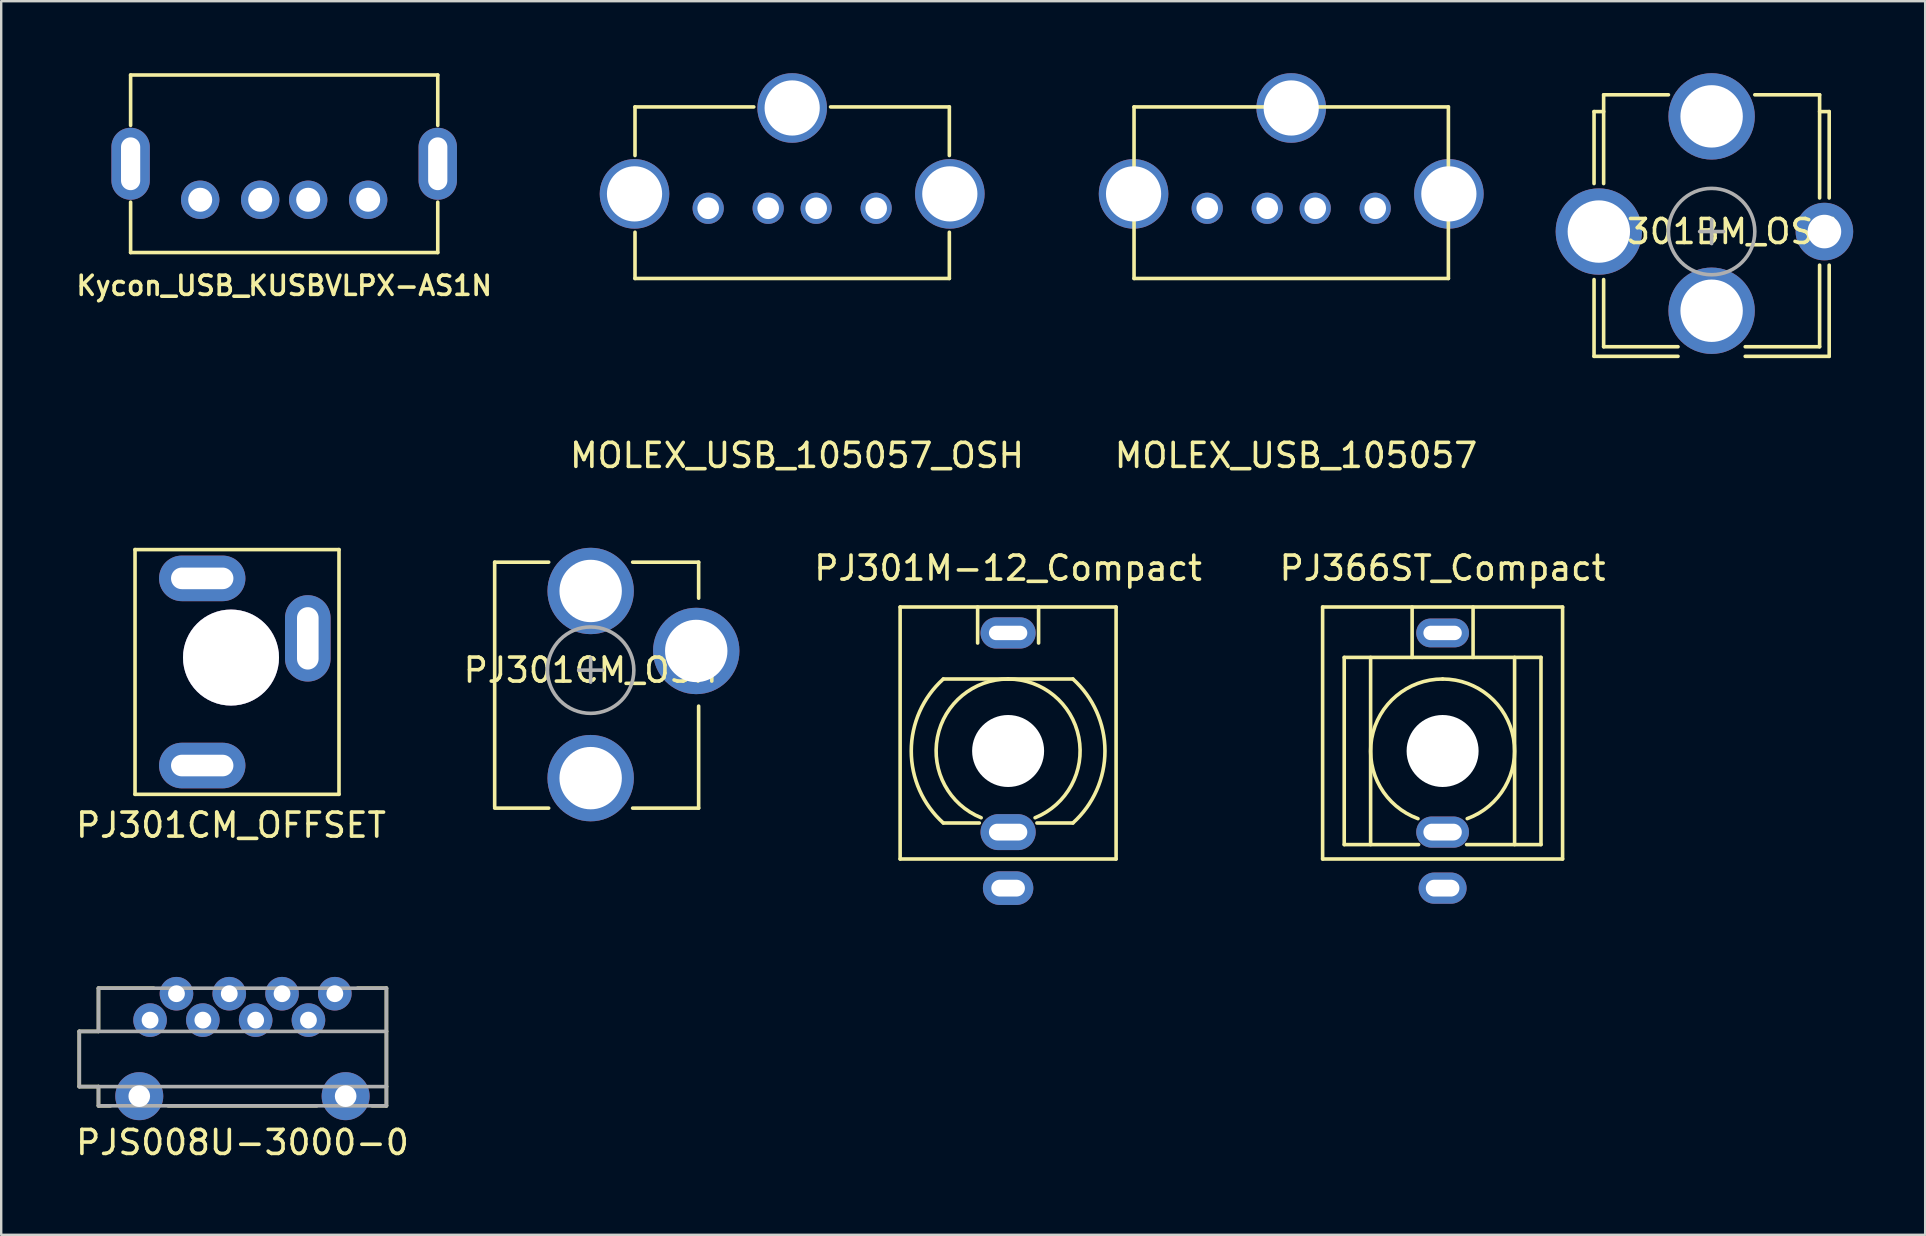
<source format=kicad_pcb>
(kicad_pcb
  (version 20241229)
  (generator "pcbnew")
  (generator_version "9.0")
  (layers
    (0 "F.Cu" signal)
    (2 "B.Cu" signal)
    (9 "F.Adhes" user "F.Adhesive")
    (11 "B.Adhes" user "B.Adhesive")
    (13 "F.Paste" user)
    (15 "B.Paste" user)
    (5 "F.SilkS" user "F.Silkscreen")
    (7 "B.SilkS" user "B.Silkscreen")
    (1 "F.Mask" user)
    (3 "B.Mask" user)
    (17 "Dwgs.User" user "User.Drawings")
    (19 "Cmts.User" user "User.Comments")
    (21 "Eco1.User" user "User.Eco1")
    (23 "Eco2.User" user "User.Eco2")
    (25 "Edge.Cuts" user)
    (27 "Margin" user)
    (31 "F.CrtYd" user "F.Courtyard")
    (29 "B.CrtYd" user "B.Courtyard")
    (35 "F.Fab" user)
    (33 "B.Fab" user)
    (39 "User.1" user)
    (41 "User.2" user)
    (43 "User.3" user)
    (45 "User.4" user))
  (footprint "PJ301CM_OSH"
    (layer "F.Cu")
    (at 21.565 24.878)
    (property "Reference" "PJ301CM_OSH" (at 0 0 0) (layer "F.SilkS") (effects (font (size 1 1) (thickness 0.15))))
    (attr through_hole)
    (fp_line (start -4 -4.5) (end -4 5.7) (stroke (width 0.15) (type solid)) (layer "F.SilkS"))
    (fp_line (start -4 -4.5) (end -1.75 -4.5) (stroke (width 0.15) (type solid)) (layer "F.SilkS"))
    (fp_line (start -4 5.75) (end -1.75 5.75) (stroke (width 0.15) (type solid)) (layer "F.SilkS"))
    (fp_line (start 1.75 -4.5) (end 4.5 -4.5) (stroke (width 0.15) (type solid)) (layer "F.SilkS"))
    (fp_line (start 1.75 5.75) (end 4.5 5.75) (stroke (width 0.15) (type solid)) (layer "F.SilkS"))
    (fp_line (start 4.5 -4.5) (end 4.5 -3) (stroke (width 0.15) (type solid)) (layer "F.SilkS"))
    (fp_line (start 4.5 1.5) (end 4.5 5.75) (stroke (width 0.15) (type solid)) (layer "F.SilkS"))
    (fp_line (start -0.5 0) (end 0.5 0) (stroke (width 0.15) (type solid)) (layer "F.Fab"))
    (fp_line (start 0 -0.5) (end 0 0.5) (stroke (width 0.15) (type solid)) (layer "F.Fab"))
    (fp_circle (center 0 0) (end 1.8 0) (stroke (width 0.15) (type solid)) (fill no) (layer "F.Fab"))
    (pad "1" thru_hole circle (at 4.4 -0.8) (size 3.6 3.6) (drill 2.6) (layers "*.Cu" "*.Mask"))
    (pad "2" thru_hole circle (at 0 -3.3) (size 3.6 3.6) (drill 2.6) (layers "*.Cu" "*.Mask"))
    (pad "3" thru_hole circle (at 0 4.5) (size 3.6 3.6) (drill 2.6) (layers "*.Cu" "*.Mask")))
  (footprint "PJ301BM_OSH"
    (layer "F.Cu")
    (at 68.28 6.6)
    (property "Reference" "PJ301BM_OSH" (at 0 0 0) (layer "F.SilkS") (effects (font (size 1 1) (thickness 0.15))))
    (attr through_hole)
    (fp_line (start -4.9 -5) (end -4.9 -2) (stroke (width 0.15) (type solid)) (layer "F.SilkS"))
    (fp_line (start -4.9 -5) (end -4.5 -5) (stroke (width 0.15) (type solid)) (layer "F.SilkS"))
    (fp_line (start -4.9 2) (end -4.9 5.2) (stroke (width 0.15) (type solid)) (layer "F.SilkS"))
    (fp_line (start -4.9 5.2) (end -1.4 5.2) (stroke (width 0.15) (type solid)) (layer "F.SilkS"))
    (fp_line (start -4.5 -5.7) (end -4.5 -2) (stroke (width 0.15) (type solid)) (layer "F.SilkS"))
    (fp_line (start -4.5 -5.7) (end -1.8 -5.7) (stroke (width 0.15) (type solid)) (layer "F.SilkS"))
    (fp_line (start -4.5 2) (end -4.5 4.8) (stroke (width 0.15) (type solid)) (layer "F.SilkS"))
    (fp_line (start -4.5 4.8) (end -1.4 4.8) (stroke (width 0.15) (type solid)) (layer "F.SilkS"))
    (fp_line (start 1.4 4.8) (end 4.5 4.8) (stroke (width 0.15) (type solid)) (layer "F.SilkS"))
    (fp_line (start 1.4 5.2) (end 4.9 5.2) (stroke (width 0.15) (type solid)) (layer "F.SilkS"))
    (fp_line (start 1.8 -5.7) (end 4.5 -5.7) (stroke (width 0.15) (type solid)) (layer "F.SilkS"))
    (fp_line (start 4.5 -5.7) (end 4.5 -1.4) (stroke (width 0.15) (type solid)) (layer "F.SilkS"))
    (fp_line (start 4.5 -5) (end 4.9 -5) (stroke (width 0.15) (type solid)) (layer "F.SilkS"))
    (fp_line (start 4.5 1.4) (end 4.5 4.8) (stroke (width 0.15) (type solid)) (layer "F.SilkS"))
    (fp_line (start 4.9 -5) (end 4.9 -1.4) (stroke (width 0.15) (type solid)) (layer "F.SilkS"))
    (fp_line (start 4.9 1.4) (end 4.9 5.2) (stroke (width 0.15) (type solid)) (layer "F.SilkS"))
    (fp_line (start -0.5 0) (end 0.5 0) (stroke (width 0.15) (type solid)) (layer "F.Fab"))
    (fp_line (start 0 -0.5) (end 0 0.5) (stroke (width 0.15) (type solid)) (layer "F.Fab"))
    (fp_circle (center 0 0) (end 1.8 0) (stroke (width 0.15) (type solid)) (fill no) (layer "F.Fab"))
    (pad "1" thru_hole circle (at -4.7 0) (size 3.6 3.6) (drill 2.6) (layers "*.Cu" "*.Mask"))
    (pad "1" thru_hole circle (at 4.7 0) (size 2.4 2.4) (drill 1.4) (layers "*.Cu" "*.Mask"))
    (pad "2" thru_hole circle (at 0 3.3) (size 3.6 3.6) (drill 2.6) (layers "*.Cu" "*.Mask"))
    (pad "3" thru_hole circle (at 0 -4.8) (size 3.6 3.6) (drill 2.6) (layers "*.Cu" "*.Mask")))
  (footprint "Kycon_USB_KUSBVLPX-AS1N"
    (layer "F.Cu")
    (at 8.793 3.775)
    (property "Reference" "Kycon_USB_KUSBVLPX-AS1N" (at 0 5.08 0) (layer "F.SilkS") (effects (font (size 0.8 0.8) (thickness 0.15))))
    (attr through_hole)
    (fp_line (start -6.4 -3.7) (end -6.4 -1.6) (stroke (width 0.15) (type solid)) (layer "F.SilkS"))
    (fp_line (start -6.4 -3.7) (end 6.4 -3.7) (stroke (width 0.15) (type solid)) (layer "F.SilkS"))
    (fp_line (start -6.4 1.6) (end -6.4 3.7) (stroke (width 0.15) (type solid)) (layer "F.SilkS"))
    (fp_line (start -6.4 3.7) (end 6.4 3.7) (stroke (width 0.15) (type solid)) (layer "F.SilkS"))
    (fp_line (start 6.4 -3.7) (end 6.4 -1.6) (stroke (width 0.15) (type solid)) (layer "F.SilkS"))
    (fp_line (start 6.4 1.6) (end 6.4 3.7) (stroke (width 0.15) (type solid)) (layer "F.SilkS"))
    (pad "1" thru_hole circle (at 3.5 1.5) (size 1.6 1.6) (drill 1) (layers "*.Cu" "*.Mask"))
    (pad "2" thru_hole circle (at 1 1.5) (size 1.6 1.6) (drill 1) (layers "*.Cu" "*.Mask"))
    (pad "3" thru_hole circle (at -1 1.5) (size 1.6 1.6) (drill 1) (layers "*.Cu" "*.Mask"))
    (pad "4" thru_hole circle (at -3.5 1.5) (size 1.6 1.6) (drill 1) (layers "*.Cu" "*.Mask"))
    (pad "5" thru_hole oval (at -6.4 0) (size 1.6 3) (drill oval 0.8 2.2) (layers "*.Cu" "*.Mask"))
    (pad "5" thru_hole oval (at 6.4 0) (size 1.6 3) (drill oval 0.8 2.2) (layers "*.Cu" "*.Mask")))
  (footprint "PJ366ST_Compact"
    (layer "F.Cu")
    (at 57.069 28.247)
    (property "Reference" "PJ366ST_Compact" (at 0 -7.62 0) (layer "F.SilkS") (effects (font (size 1 1) (thickness 0.15))))
    (attr through_hole)
    (fp_line (start -5 -6) (end -5 4.5) (stroke (width 0.15) (type solid)) (layer "F.SilkS"))
    (fp_line (start -5 -6) (end 5 -6) (stroke (width 0.15) (type solid)) (layer "F.SilkS"))
    (fp_line (start -5 4.5) (end 5 4.5) (stroke (width 0.15) (type solid)) (layer "F.SilkS"))
    (fp_line (start -4.1 -3.9) (end -4.1 3.9) (stroke (width 0.15) (type solid)) (layer "F.SilkS"))
    (fp_line (start -4.1 -3.9) (end 4.1 -3.9) (stroke (width 0.15) (type solid)) (layer "F.SilkS"))
    (fp_line (start -4.1 3.9) (end -1 3.9) (stroke (width 0.15) (type solid)) (layer "F.SilkS"))
    (fp_line (start -3 -3.9) (end -3 3.9) (stroke (width 0.15) (type solid)) (layer "F.SilkS"))
    (fp_line (start -1.27 -6) (end -1.27 -3.9) (stroke (width 0.15) (type solid)) (layer "F.SilkS"))
    (fp_line (start 1 3.9) (end 4.1 3.9) (stroke (width 0.15) (type solid)) (layer "F.SilkS"))
    (fp_line (start 1.27 -6) (end 1.27 -3.9) (stroke (width 0.15) (type solid)) (layer "F.SilkS"))
    (fp_line (start 3 -3.9) (end 3 3.9) (stroke (width 0.15) (type solid)) (layer "F.SilkS"))
    (fp_line (start 4.1 -3.9) (end 4.1 3.9) (stroke (width 0.15) (type solid)) (layer "F.SilkS"))
    (fp_line (start 5 -6) (end 5 4.5) (stroke (width 0.15) (type solid)) (layer "F.SilkS"))
    (fp_arc (start -1.02606 2.819078) (mid -2.954423 -0.520944) (end 0 -3) (stroke (width 0.15) (type solid)) (layer "F.SilkS"))
    (fp_arc (start 0 -3) (mid 2.954423 -0.520944) (end 1.02606 2.819078) (stroke (width 0.15) (type solid)) (layer "F.SilkS"))
    (pad "" np_thru_hole circle (at 0 0) (size 3 3) (drill 3) (layers "*.Cu" "*.Mask"))
    (pad "1" thru_hole oval (at 0 5.715) (size 2 1.3) (drill oval 1.4 0.7) (layers "*.Cu" "*.Mask"))
    (pad "2" thru_hole oval (at 0 3.38) (size 2.2 1.3) (drill oval 1.6 0.7) (layers "*.Cu" "*.Mask"))
    (pad "3" thru_hole oval (at 0 -4.92) (size 2.2 1.2) (drill oval 1.6 0.6) (layers "*.Cu" "*.Mask")))
  (footprint "MOLEX_USB_105057_OSH"
    (layer "F.Cu")
    (at 29.963 5.63)
    (property "Reference" "MOLEX_USB_105057_OSH" (at 0.2 10.3 0) (layer "F.SilkS") (effects (font (size 1 1) (thickness 0.15))))
    (attr through_hole)
    (fp_line (start -6.55 -4.225) (end -6.55 -2.199) (stroke (width 0.15) (type solid)) (layer "F.SilkS"))
    (fp_line (start -6.55 -4.225) (end -1.6 -4.225) (stroke (width 0.15) (type solid)) (layer "F.SilkS"))
    (fp_line (start -6.55 0.999) (end -6.55 2.925) (stroke (width 0.15) (type solid)) (layer "F.SilkS"))
    (fp_line (start -6.55 2.925) (end 6.55 2.925) (stroke (width 0.15) (type solid)) (layer "F.SilkS"))
    (fp_line (start 1.6 -4.225) (end 6.55 -4.225) (stroke (width 0.15) (type solid)) (layer "F.SilkS"))
    (fp_line (start 6.55 -4.225) (end 6.55 -2.199) (stroke (width 0.15) (type solid)) (layer "F.SilkS"))
    (fp_line (start 6.55 0.999) (end 6.55 2.925) (stroke (width 0.15) (type solid)) (layer "F.SilkS"))
    (pad "1" thru_hole circle (at -3.5 0) (size 1.3 1.3) (drill 0.9) (layers "*.Cu" "*.Mask"))
    (pad "2" thru_hole circle (at -1 0) (size 1.3 1.3) (drill 0.9) (layers "*.Cu" "*.Mask"))
    (pad "3" thru_hole circle (at 1 0) (size 1.3 1.3) (drill 0.9) (layers "*.Cu" "*.Mask"))
    (pad "4" thru_hole circle (at 3.5 0) (size 1.3 1.3) (drill 0.9) (layers "*.Cu" "*.Mask"))
    (pad "5" thru_hole circle (at -6.57 -0.6) (size 2.9 2.9) (drill 2.3) (layers "*.Cu" "*.Mask"))
    (pad "5" thru_hole circle (at 0 -4.18) (size 2.9 2.9) (drill 2.3) (layers "*.Cu" "*.Mask"))
    (pad "5" thru_hole circle (at 6.57 -0.6) (size 2.9 2.9) (drill 2.3) (layers "*.Cu" "*.Mask")))
  (footprint "PJS008U-3000-0"
    (layer "F.Cu")
    (at 7.054 39.462)
    (property "Reference" "PJS008U-3000-0" (at 0 5.1 0) (layer "F.SilkS") (effects (font (size 1 1) (thickness 0.15))))
    (attr through_hole)
    (fp_line (start -6.8 0.47) (end -6.8 2.77) (stroke (width 0.15) (type solid)) (layer "F.SilkS"))
    (fp_line (start -6.8 0.47) (end -6 0.47) (stroke (width 0.15) (type solid)) (layer "F.SilkS"))
    (fp_line (start -6.8 2.77) (end -6 2.77) (stroke (width 0.15) (type solid)) (layer "F.SilkS"))
    (fp_line (start -6 -1.33) (end -6 0.47) (stroke (width 0.15) (type solid)) (layer "F.SilkS"))
    (fp_line (start -6 -1.33) (end -3.7 -1.33) (stroke (width 0.15) (type solid)) (layer "F.SilkS"))
    (fp_line (start -6 2.77) (end -6 3.57) (stroke (width 0.15) (type solid)) (layer "F.SilkS"))
    (fp_line (start -6 3.57) (end -5.5 3.57) (stroke (width 0.15) (type solid)) (layer "F.SilkS"))
    (fp_line (start -3.1 3.57) (end 3.1 3.57) (stroke (width 0.15) (type solid)) (layer "F.SilkS"))
    (fp_line (start 4.8 -1.33) (end 6 -1.33) (stroke (width 0.15) (type solid)) (layer "F.SilkS"))
    (fp_line (start 5.4 3.57) (end 6 3.57) (stroke (width 0.15) (type solid)) (layer "F.SilkS"))
    (fp_line (start 6 -1.33) (end 6 0.47) (stroke (width 0.15) (type solid)) (layer "F.SilkS"))
    (fp_line (start 6 0.47) (end 6 2.77) (stroke (width 0.15) (type solid)) (layer "F.SilkS"))
    (fp_line (start 6 2.77) (end 6 3.57) (stroke (width 0.15) (type solid)) (layer "F.SilkS"))
    (fp_line (start -6.8 0.47) (end -6.8 2.77) (stroke (width 0.15) (type solid)) (layer "F.Fab"))
    (fp_line (start -6.8 0.47) (end 6 0.47) (stroke (width 0.15) (type solid)) (layer "F.Fab"))
    (fp_line (start -6.8 2.77) (end 6 2.77) (stroke (width 0.15) (type solid)) (layer "F.Fab"))
    (fp_line (start -6 -1.33) (end -6 0.47) (stroke (width 0.15) (type solid)) (layer "F.Fab"))
    (fp_line (start -6 -1.33) (end 6 -1.33) (stroke (width 0.15) (type solid)) (layer "F.Fab"))
    (fp_line (start -6 2.77) (end -6 3.57) (stroke (width 0.15) (type solid)) (layer "F.Fab"))
    (fp_line (start -6 3.57) (end 6 3.57) (stroke (width 0.15) (type solid)) (layer "F.Fab"))
    (fp_line (start 6 -1.33) (end 6 0.47) (stroke (width 0.15) (type solid)) (layer "F.Fab"))
    (fp_line (start 6 0.47) (end 6 2.77) (stroke (width 0.15) (type solid)) (layer "F.Fab"))
    (fp_line (start 6 2.77) (end 6 3.57) (stroke (width 0.15) (type solid)) (layer "F.Fab"))
    (pad "1" thru_hole circle (at -3.85 0) (size 1.4 1.4) (drill 0.7) (layers "*.Cu" "*.Mask"))
    (pad "2" thru_hole circle (at -2.75 -1.1) (size 1.4 1.4) (drill 0.7) (layers "*.Cu" "*.Mask"))
    (pad "3" thru_hole circle (at -1.65 0) (size 1.4 1.4) (drill 0.7) (layers "*.Cu" "*.Mask"))
    (pad "4" thru_hole circle (at -0.55 -1.1) (size 1.4 1.4) (drill 0.7) (layers "*.Cu" "*.Mask"))
    (pad "5" thru_hole circle (at 0.55 0) (size 1.4 1.4) (drill 0.7) (layers "*.Cu" "*.Mask"))
    (pad "6" thru_hole circle (at 1.65 -1.1) (size 1.4 1.4) (drill 0.7) (layers "*.Cu" "*.Mask"))
    (pad "7" thru_hole circle (at 2.75 0) (size 1.4 1.4) (drill 0.7) (layers "*.Cu" "*.Mask"))
    (pad "8" thru_hole circle (at 3.85 -1.1) (size 1.4 1.4) (drill 0.7) (layers "*.Cu" "*.Mask"))
    (pad "9" thru_hole circle (at -4.3 3.17) (size 2 2) (drill 0.9) (layers "*.Cu" "*.Mask"))
    (pad "9" thru_hole circle (at 4.3 3.17) (size 2 2) (drill 0.9) (layers "*.Cu" "*.Mask")))
  (footprint "PJ301CM_OFFSET"
    (layer "F.Cu")
    (at 6.577 24.353)
    (property "Reference" "PJ301CM_OFFSET" (at 0 6.985 0) (layer "F.SilkS") (effects (font (size 1 1) (thickness 0.15))))
    (attr through_hole)
    (fp_line (start -4 -4.5) (end -4 5.7) (stroke (width 0.15) (type solid)) (layer "F.SilkS"))
    (fp_line (start -4 -4.5) (end 4.5 -4.5) (stroke (width 0.15) (type solid)) (layer "F.SilkS"))
    (fp_line (start -4 5.7) (end 4.5 5.7) (stroke (width 0.15) (type solid)) (layer "F.SilkS"))
    (fp_line (start 4.5 -4.5) (end 4.5 5.7) (stroke (width 0.15) (type solid)) (layer "F.SilkS"))
    (pad "" thru_hole circle (at 0 0) (size 4 4) (drill 4) (layers "*.Cu" "*.Mask"))
    (pad "1" thru_hole oval (at 3.2 -0.8) (size 1.9 3.6) (drill oval 0.9 2.6) (layers "*.Cu" "*.Mask"))
    (pad "2" thru_hole oval (at -1.2 -3.3) (size 3.6 1.9) (drill oval 2.6 0.9) (layers "*.Cu" "*.Mask"))
    (pad "3" thru_hole oval (at -1.2 4.5) (size 3.6 1.9) (drill oval 2.6 0.9) (layers "*.Cu" "*.Mask")))
  (footprint "PJ301M-12_Compact"
    (layer "F.Cu")
    (at 38.962 28.247)
    (property "Reference" "PJ301M-12_Compact" (at 0 -7.62 0) (layer "F.SilkS") (effects (font (size 1 1) (thickness 0.15))))
    (attr through_hole)
    (fp_line (start -4.5 -6) (end -4.5 4.5) (stroke (width 0.15) (type solid)) (layer "F.SilkS"))
    (fp_line (start -4.5 -6) (end 4.5 -6) (stroke (width 0.15) (type solid)) (layer "F.SilkS"))
    (fp_line (start -4.5 4.5) (end 4.5 4.5) (stroke (width 0.15) (type solid)) (layer "F.SilkS"))
    (fp_line (start -2.7 -3) (end 2.7 -3) (stroke (width 0.15) (type solid)) (layer "F.SilkS"))
    (fp_line (start -2.7 3) (end -1.2 3) (stroke (width 0.15) (type solid)) (layer "F.SilkS"))
    (fp_line (start -1.27 -6) (end -1.27 -4.5) (stroke (width 0.15) (type solid)) (layer "F.SilkS"))
    (fp_line (start 1.2 3) (end 2.7 3) (stroke (width 0.15) (type solid)) (layer "F.SilkS"))
    (fp_line (start 1.27 -6) (end 1.27 -4.5) (stroke (width 0.15) (type solid)) (layer "F.SilkS"))
    (fp_line (start 4.5 -6) (end 4.5 4.5) (stroke (width 0.15) (type solid)) (layer "F.SilkS"))
    (fp_arc (start -2.701339 2.998795) (mid -4.036088 -0.000901) (end -2.7 -3) (stroke (width 0.15) (type solid)) (layer "F.SilkS"))
    (fp_arc (start -1.12382 2.781552) (mid -2.944882 -0.572427) (end 0 -3) (stroke (width 0.15) (type solid)) (layer "F.SilkS"))
    (fp_arc (start 0 -3) (mid 2.944882 -0.572427) (end 1.12382 2.781552) (stroke (width 0.15) (type solid)) (layer "F.SilkS"))
    (fp_arc (start 2.7 -3) (mid 4.036087 -0.000901) (end 2.701339 2.998795) (stroke (width 0.15) (type solid)) (layer "F.SilkS"))
    (pad "" np_thru_hole circle (at 0 0) (size 3 3) (drill 3) (layers "*.Cu" "*.Mask"))
    (pad "1" thru_hole oval (at 0 5.715) (size 2.1 1.4) (drill oval 1.4 0.7) (layers "*.Cu" "*.Mask"))
    (pad "2" thru_hole oval (at 0 3.38) (size 2.3 1.5) (drill oval 1.6 0.7) (layers "*.Cu" "*.Mask"))
    (pad "3" thru_hole oval (at 0 -4.92) (size 2.3 1.3) (drill oval 1.6 0.6) (layers "*.Cu" "*.Mask")))
  (footprint "MOLEX_USB_105057"
    (layer "F.Cu")
    (at 50.76 5.63)
    (property "Reference" "MOLEX_USB_105057" (at 0.2 10.3 0) (layer "F.SilkS") (effects (font (size 1 1) (thickness 0.15))))
    (attr through_hole)
    (fp_line (start -6.55 -4.225) (end -6.55 2.925) (stroke (width 0.15) (type solid)) (layer "F.SilkS"))
    (fp_line (start -6.55 -4.225) (end 6.55 -4.225) (stroke (width 0.15) (type solid)) (layer "F.SilkS"))
    (fp_line (start -6.55 2.925) (end 6.55 2.925) (stroke (width 0.15) (type solid)) (layer "F.SilkS"))
    (fp_line (start 6.55 -4.225) (end 6.55 2.925) (stroke (width 0.15) (type solid)) (layer "F.SilkS"))
    (pad "1" thru_hole circle (at -3.5 0) (size 1.3 1.3) (drill 0.9) (layers "*.Cu" "*.Mask"))
    (pad "2" thru_hole circle (at -1 0) (size 1.3 1.3) (drill 0.9) (layers "*.Cu" "*.Mask"))
    (pad "3" thru_hole circle (at 1 0) (size 1.3 1.3) (drill 0.9) (layers "*.Cu" "*.Mask"))
    (pad "4" thru_hole circle (at 3.5 0) (size 1.3 1.3) (drill 0.9) (layers "*.Cu" "*.Mask"))
    (pad "5" thru_hole circle (at -6.57 -0.6) (size 2.9 2.9) (drill 2.3) (layers "*.Cu" "*.Mask"))
    (pad "5" thru_hole circle (at 0 -4.18) (size 2.9 2.9) (drill 2.3) (layers "*.Cu" "*.Mask"))
    (pad "5" thru_hole circle (at 6.57 -0.6) (size 2.9 2.9) (drill 2.3) (layers "*.Cu" "*.Mask")))
  (gr_rect
    (start -3 -3)
    (end 77.18 48.41)
    (stroke (width 0.1) (type default))
    (fill no)
    (layer "Edge.Cuts")))
</source>
